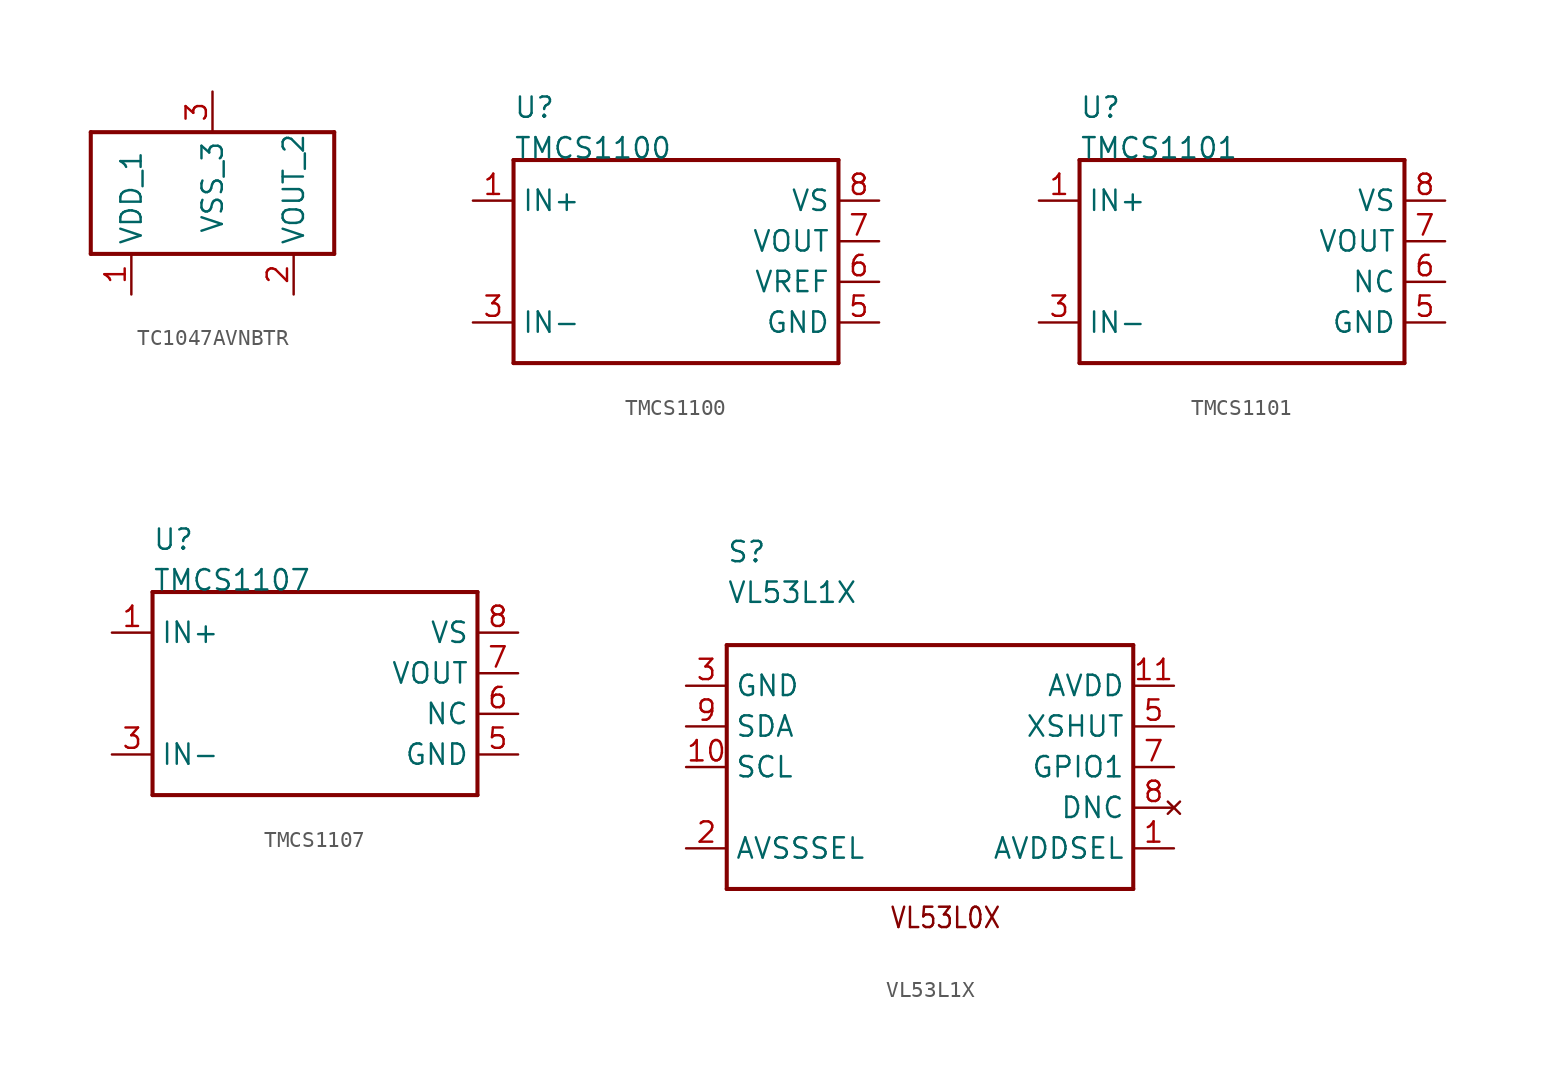
<source format=kicad_sym>
(kicad_symbol_lib
  (version 20211014)
  (generator kicad_symbol_editor)
  (symbol "TC1047AVNBTR"
    (pin_names)
    (property "Reference" "U"
      (at 0 0 0)
      (effects (font (size 1.27 1.27)) (justify left bottom) hide))
    (property "Datasheet" ""
      (at 0 0 0))
    (property "ki_description" "SENSOR TEMP RATIOMETRIC SOT23-3 "
      (at 0 0 0))
    (property "ki_fp_filters" "FlashPCB_Sensors:SOT-23-3"
      (at 0 0 0))
    (symbol "TC1047AVNBTR_1_1"
      (polyline (pts (xy -7.62 5.08) (xy 7.62 5.08)) (stroke (width 0.254)) (fill (type none)))
      (polyline (pts (xy 7.62 5.08) (xy 7.62 -2.54)) (stroke (width 0.254)) (fill (type none)))
      (polyline (pts (xy 7.62 -2.54) (xy -7.62 -2.54)) (stroke (width 0.254)) (fill (type none)))
      (polyline (pts (xy -7.62 -2.54) (xy -7.62 5.08)) (stroke (width 0.254)) (fill (type none)))
      (pin bidirectional line (at -5.08 -5.08 90) (length 2.54) (name "VDD_1" (effects (font (size 1.27 1.27)))) (number "1" (effects (font (size 1.27 1.27)))))
      (pin bidirectional line (at 5.08 -5.08 90) (length 2.54) (name "VOUT_2" (effects (font (size 1.27 1.27)))) (number "2" (effects (font (size 1.27 1.27)))))
      (pin bidirectional line (at 0 7.62 270) (length 2.54) (name "VSS_3" (effects (font (size 1.27 1.27)))) (number "3" (effects (font (size 1.27 1.27)))))))
  (symbol "TMCS1100"
    (pin_names)
    (property "Reference" "U"
      (at -10.16 10.16 0)
      (effects (font (size 1.27 1.27)) (justify left bottom)))
    (property "Value" "TMCS1100"
      (at -10.16 7.62 0)
      (effects (font (size 1.27 1.27)) (justify left bottom)))
    (property "Datasheet" ""
      (at 0 0 0))
    (property "ki_description" "TMCS1100  - PRECISION ISOLATED CURRENT SENSOR   Technical Specifications:     Current Sensor 1 Channel Hall Effect Bidirectional 8-SOIC (0.154\", 3.90mm Width)    Sensor Type: Hall Effect     Output Type: Ratiometric, Voltage     Total Error: +/- 1%   Operating Voltage: 3V ~ 5.5V     Operating Current (MAX): 6mA     Sensetivity Options: 50mV/A, 100 mV/A, 200 mV/A, 400 mV/A          Component Search:  TMCS1100    Datasheet:  TMCS1100 1% High-Precision, Basic Isolation Hall-Effect Current Sensor With ±600-V Working Voltage datasheet (Rev. B)   "
      (at 0 0 0))
    (property "ki_fp_filters" "FlashPCB_Sensors:SOIC-8-150MIL-3.9MM"
      (at 0 0 0))
    (symbol "TMCS1100_1_1"
      (polyline (pts (xy -10.16 7.62) (xy -10.16 -5.08)) (stroke (width 0.254)) (fill (type none)))
      (polyline (pts (xy -10.16 -5.08) (xy 10.16 -5.08)) (stroke (width 0.254)) (fill (type none)))
      (polyline (pts (xy 10.16 -5.08) (xy 10.16 7.62)) (stroke (width 0.254)) (fill (type none)))
      (polyline (pts (xy 10.16 7.62) (xy -10.16 7.62)) (stroke (width 0.254)) (fill (type none)))
      (pin bidirectional line (at -12.7 5.08 0) (length 2.54) (name "IN+" (effects (font (size 1.27 1.27)))) (number "1" (effects (font (size 1.27 1.27)))))
      (pin bidirectional line (at -12.7 5.08 0) (length 2.54) hide (name "IN+" (effects (font (size 1.27 1.27)))) (number "2" (effects (font (size 1.27 1.27)))))
      (pin bidirectional line (at -12.7 -2.54 0) (length 2.54) (name "IN-" (effects (font (size 1.27 1.27)))) (number "3" (effects (font (size 1.27 1.27)))))
      (pin bidirectional line (at -12.7 -2.54 0) (length 2.54) hide (name "IN-" (effects (font (size 1.27 1.27)))) (number "4" (effects (font (size 1.27 1.27)))))
      (pin bidirectional line (at 12.7 -2.54 180) (length 2.54) (name "GND" (effects (font (size 1.27 1.27)))) (number "5" (effects (font (size 1.27 1.27)))))
      (pin bidirectional line (at 12.7 0 180) (length 2.54) (name "VREF" (effects (font (size 1.27 1.27)))) (number "6" (effects (font (size 1.27 1.27)))))
      (pin bidirectional line (at 12.7 2.54 180) (length 2.54) (name "VOUT" (effects (font (size 1.27 1.27)))) (number "7" (effects (font (size 1.27 1.27)))))
      (pin bidirectional line (at 12.7 5.08 180) (length 2.54) (name "VS" (effects (font (size 1.27 1.27)))) (number "8" (effects (font (size 1.27 1.27)))))))
  (symbol "TMCS1101"
    (pin_names)
    (property "Reference" "U"
      (at -10.16 10.16 0)
      (effects (font (size 1.27 1.27)) (justify left bottom)))
    (property "Value" "TMCS1101"
      (at -10.16 7.62 0)
      (effects (font (size 1.27 1.27)) (justify left bottom)))
    (property "Datasheet" ""
      (at 0 0 0))
    (property "ki_description" "TMCS1101   - PRECISION ISOLATED CURRENT SENSOR   Technical Specifications:     Current Sensor 1 Channel Hall Effect Bidirectional 8-SOIC (0.154\", 3.90mm Width)     Sensor Type: Hall Effect     Output: Ratiometric, Voltage     Total Error: +/- 1.5%     Operating Voltage: 3V ~ 5.5V   Operating Current (MAX): 6mA     Sensitvity: 50 mV/A, 100 mV/A, 200 mV/A, 400 mV/A        Component Search:  TMCS1101   Datasheet:  TMCS1101 1.5% Precision, Basic Isolation Hall-Effect Current Sensor With ±600-V Working Voltage datasheet (Rev. D)   Applicable for TMCS1101, 1107. Pin 6 changed from VREF to NC. "
      (at 0 0 0))
    (property "ki_fp_filters" "FlashPCB_Sensors:SOIC-8-150MIL-3.9MM"
      (at 0 0 0))
    (symbol "TMCS1101_1_1"
      (polyline (pts (xy -10.16 7.62) (xy -10.16 -5.08)) (stroke (width 0.254)) (fill (type none)))
      (polyline (pts (xy -10.16 -5.08) (xy 10.16 -5.08)) (stroke (width 0.254)) (fill (type none)))
      (polyline (pts (xy 10.16 -5.08) (xy 10.16 7.62)) (stroke (width 0.254)) (fill (type none)))
      (polyline (pts (xy 10.16 7.62) (xy -10.16 7.62)) (stroke (width 0.254)) (fill (type none)))
      (pin bidirectional line (at -12.7 5.08 0) (length 2.54) (name "IN+" (effects (font (size 1.27 1.27)))) (number "1" (effects (font (size 1.27 1.27)))))
      (pin bidirectional line (at -12.7 5.08 0) (length 2.54) hide (name "IN+" (effects (font (size 1.27 1.27)))) (number "2" (effects (font (size 1.27 1.27)))))
      (pin bidirectional line (at -12.7 -2.54 0) (length 2.54) (name "IN-" (effects (font (size 1.27 1.27)))) (number "3" (effects (font (size 1.27 1.27)))))
      (pin bidirectional line (at -12.7 -2.54 0) (length 2.54) hide (name "IN-" (effects (font (size 1.27 1.27)))) (number "4" (effects (font (size 1.27 1.27)))))
      (pin bidirectional line (at 12.7 -2.54 180) (length 2.54) (name "GND" (effects (font (size 1.27 1.27)))) (number "5" (effects (font (size 1.27 1.27)))))
      (pin bidirectional line (at 12.7 0 180) (length 2.54) (name "NC" (effects (font (size 1.27 1.27)))) (number "6" (effects (font (size 1.27 1.27)))))
      (pin bidirectional line (at 12.7 2.54 180) (length 2.54) (name "VOUT" (effects (font (size 1.27 1.27)))) (number "7" (effects (font (size 1.27 1.27)))))
      (pin bidirectional line (at 12.7 5.08 180) (length 2.54) (name "VS" (effects (font (size 1.27 1.27)))) (number "8" (effects (font (size 1.27 1.27)))))))
  (symbol "TMCS1107"
    (pin_names)
    (property "Reference" "U"
      (at -10.16 10.16 0)
      (effects (font (size 1.27 1.27)) (justify left bottom)))
    (property "Value" "TMCS1107"
      (at -10.16 7.62 0)
      (effects (font (size 1.27 1.27)) (justify left bottom)))
    (property "Datasheet" ""
      (at 0 0 0))
    (property "ki_description" "TMCS1107  - SENSOR CURRENT HALL   Technical Specifications:     Current Sensor ±45A 1 Channel Hall Effect Bidirectional 8-SOIC (0.154\", 3.90mm Width)     Sensor Type: Hall Effect     Output Type: Ratiometric, Voltage     Total Error: +/- 3%   Operating Voltage: 3V ~ 5.5V     Operating Current (MAX): 6mA     Sensetivity Options: 50mV/A, 100 mV/A, 200 mV/A, 400 mV/A          Component Search:  TMCS1107    Datasheet:  TMCS1107-Q1 AEC-Q100, 3% Basic Isolation Hall-Effect Current Sensor With ±420-V Working Voltage datasheet   Applicable for TMCS1101, 1107. Pin 6 changed from VREF to NC. "
      (at 0 0 0))
    (property "ki_fp_filters" "FlashPCB_Sensors:SOIC-8-150MIL-3.9MM"
      (at 0 0 0))
    (symbol "TMCS1107_1_1"
      (polyline (pts (xy -10.16 7.62) (xy -10.16 -5.08)) (stroke (width 0.254)) (fill (type none)))
      (polyline (pts (xy -10.16 -5.08) (xy 10.16 -5.08)) (stroke (width 0.254)) (fill (type none)))
      (polyline (pts (xy 10.16 -5.08) (xy 10.16 7.62)) (stroke (width 0.254)) (fill (type none)))
      (polyline (pts (xy 10.16 7.62) (xy -10.16 7.62)) (stroke (width 0.254)) (fill (type none)))
      (pin bidirectional line (at -12.7 5.08 0) (length 2.54) (name "IN+" (effects (font (size 1.27 1.27)))) (number "1" (effects (font (size 1.27 1.27)))))
      (pin bidirectional line (at -12.7 5.08 0) (length 2.54) hide (name "IN+" (effects (font (size 1.27 1.27)))) (number "2" (effects (font (size 1.27 1.27)))))
      (pin bidirectional line (at -12.7 -2.54 0) (length 2.54) (name "IN-" (effects (font (size 1.27 1.27)))) (number "3" (effects (font (size 1.27 1.27)))))
      (pin bidirectional line (at -12.7 -2.54 0) (length 2.54) hide (name "IN-" (effects (font (size 1.27 1.27)))) (number "4" (effects (font (size 1.27 1.27)))))
      (pin bidirectional line (at 12.7 -2.54 180) (length 2.54) (name "GND" (effects (font (size 1.27 1.27)))) (number "5" (effects (font (size 1.27 1.27)))))
      (pin bidirectional line (at 12.7 0 180) (length 2.54) (name "NC" (effects (font (size 1.27 1.27)))) (number "6" (effects (font (size 1.27 1.27)))))
      (pin bidirectional line (at 12.7 2.54 180) (length 2.54) (name "VOUT" (effects (font (size 1.27 1.27)))) (number "7" (effects (font (size 1.27 1.27)))))
      (pin bidirectional line (at 12.7 5.08 180) (length 2.54) (name "VS" (effects (font (size 1.27 1.27)))) (number "8" (effects (font (size 1.27 1.27)))))))
  (symbol "VL53L1X"
    (pin_names)
    (property "Reference" "S"
      (at -12.7 12.7 0)
      (effects (font (size 1.27 1.27)) (justify left bottom)))
    (property "Value" "VL53L1X"
      (at -12.7 10.16 0)
      (effects (font (size 1.27 1.27)) (justify left bottom)))
    (property "Datasheet" ""
      (at 0 0 0))
    (property "ki_description" "VL53L1X  - STMicroelectronics VL53L1X Time-of-Flight Proximity Sensor   Technical Specifications:    Range: Up to 4m   Emitter: Class 1 940nm invisible laser       Component Search:  [DATA SHEET NAME]   Datasheet:  VL53L1X_DS "
      (at 0 0 0))
    (property "ki_fp_filters" "FlashPCB_Sensors:VL53L1X"
      (at 0 0 0))
    (symbol "VL53L1X_1_1"
      (text "VL53L0X" (at -2.54 -10.16 0) (effects (font (size 1.27 1.086)) (justify left bottom)))
      (polyline (pts (xy -12.7 7.62) (xy 12.7 7.62)) (stroke (width 0.254)) (fill (type none)))
      (polyline (pts (xy 12.7 7.62) (xy 12.7 -7.62)) (stroke (width 0.254)) (fill (type none)))
      (polyline (pts (xy 12.7 -7.62) (xy -12.7 -7.62)) (stroke (width 0.254)) (fill (type none)))
      (polyline (pts (xy -12.7 -7.62) (xy -12.7 7.62)) (stroke (width 0.254)) (fill (type none)))
      (pin power_in line (at -15.24 5.08 0) (length 2.54) (name "GND" (effects (font (size 1.27 1.27)))) (number "3" (effects (font (size 1.27 1.27)))))
      (pin power_in line (at -15.24 5.08 0) (length 2.54) hide (name "GND" (effects (font (size 1.27 1.27)))) (number "4" (effects (font (size 1.27 1.27)))))
      (pin power_in line (at -15.24 5.08 0) (length 2.54) hide (name "GND" (effects (font (size 1.27 1.27)))) (number "6" (effects (font (size 1.27 1.27)))))
      (pin power_in line (at -15.24 5.08 0) (length 2.54) hide (name "GND" (effects (font (size 1.27 1.27)))) (number "12" (effects (font (size 1.27 1.27)))))
      (pin bidirectional line (at -15.24 2.54 0) (length 2.54) (name "SDA" (effects (font (size 1.27 1.27)))) (number "9" (effects (font (size 1.27 1.27)))))
      (pin bidirectional line (at -15.24 0 0) (length 2.54) (name "SCL" (effects (font (size 1.27 1.27)))) (number "10" (effects (font (size 1.27 1.27)))))
      (pin power_in line (at -15.24 -5.08 0) (length 2.54) (name "AVSSSEL" (effects (font (size 1.27 1.27)))) (number "2" (effects (font (size 1.27 1.27)))))
      (pin power_in line (at 15.24 5.08 180) (length 2.54) (name "AVDD" (effects (font (size 1.27 1.27)))) (number "11" (effects (font (size 1.27 1.27)))))
      (pin bidirectional line (at 15.24 2.54 180) (length 2.54) (name "XSHUT" (effects (font (size 1.27 1.27)))) (number "5" (effects (font (size 1.27 1.27)))))
      (pin bidirectional line (at 15.24 0 180) (length 2.54) (name "GPIO1" (effects (font (size 1.27 1.27)))) (number "7" (effects (font (size 1.27 1.27)))))
      (pin power_in line (at 15.24 -5.08 180) (length 2.54) (name "AVDDSEL" (effects (font (size 1.27 1.27)))) (number "1" (effects (font (size 1.27 1.27)))))
      (pin no_connect line (at 15.24 -2.54 180) (length 2.54) (name "DNC" (effects (font (size 1.27 1.27)))) (number "8" (effects (font (size 1.27 1.27))))))))
</source>
